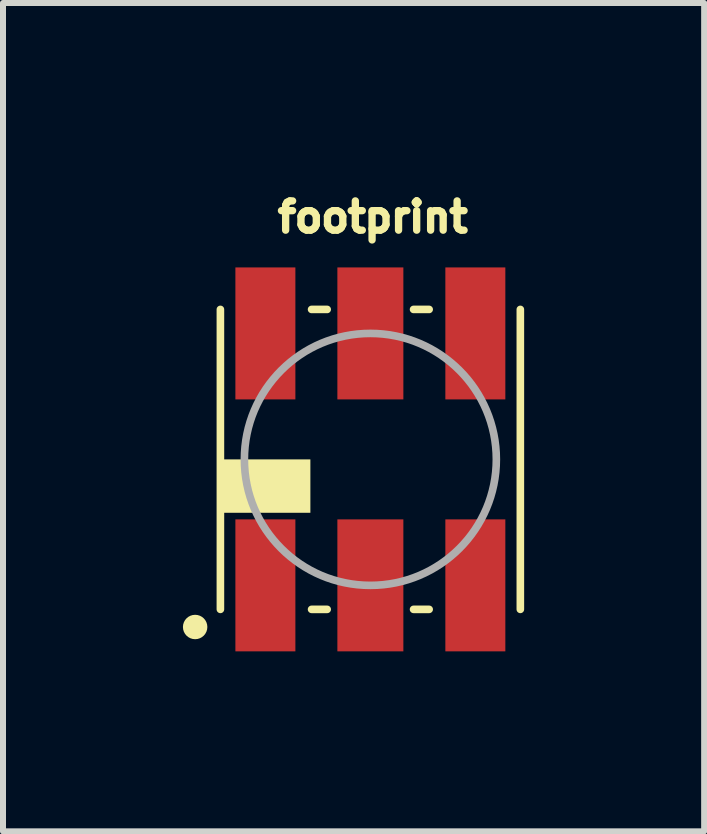
<source format=kicad_pcb>
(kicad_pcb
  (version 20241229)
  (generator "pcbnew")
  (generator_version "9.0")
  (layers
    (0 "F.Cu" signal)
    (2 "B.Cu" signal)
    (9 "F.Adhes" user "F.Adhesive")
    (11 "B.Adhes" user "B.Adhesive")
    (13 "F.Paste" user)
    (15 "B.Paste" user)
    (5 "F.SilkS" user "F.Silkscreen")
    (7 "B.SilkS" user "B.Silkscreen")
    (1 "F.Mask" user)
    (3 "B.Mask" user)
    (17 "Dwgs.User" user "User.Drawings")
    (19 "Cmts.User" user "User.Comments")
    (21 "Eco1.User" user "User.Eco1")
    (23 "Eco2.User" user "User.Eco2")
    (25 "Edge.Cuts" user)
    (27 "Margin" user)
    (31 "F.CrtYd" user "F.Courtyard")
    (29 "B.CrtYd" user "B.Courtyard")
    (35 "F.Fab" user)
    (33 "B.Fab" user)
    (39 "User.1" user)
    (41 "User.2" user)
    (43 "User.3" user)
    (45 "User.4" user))
  (footprint "footprint"
    (layer "F.Cu")
    (at 3.124 4.608)
    (property "Reference" "footprint" (at 0.04 -3.755 0) (layer "F.SilkS") (effects (font (size 0.488 0.488) (thickness 0.122)) (justify bottom)))
    (fp_line (start -2.5 2.5) (end -2.5 -2.5) (stroke (width 0.127) (type solid)) (layer "F.SilkS"))
    (fp_line (start -0.72 -2.5) (end -0.98 -2.5) (stroke (width 0.127) (type solid)) (layer "F.SilkS"))
    (fp_line (start -0.72 2.5) (end -0.98 2.5) (stroke (width 0.127) (type solid)) (layer "F.SilkS"))
    (fp_line (start 0.98 -2.5) (end 0.72 -2.5) (stroke (width 0.127) (type solid)) (layer "F.SilkS"))
    (fp_line (start 0.98 2.5) (end 0.72 2.5) (stroke (width 0.127) (type solid)) (layer "F.SilkS"))
    (fp_line (start 2.5 -2.5) (end 2.5 2.5) (stroke (width 0.127) (type solid)) (layer "F.SilkS"))
    (fp_circle (center -2.921 2.794) (end -2.819 2.794) (stroke (width 0.203) (type solid)) (fill yes) (layer "F.SilkS"))
    (fp_poly (pts (xy -2.55 0.89) (xy -1 0.89) (xy -1 0) (xy -2.55 0)) (stroke (width 0) (type solid)) (fill yes) (layer "F.SilkS"))
    (fp_poly (pts (xy -2.25 -1.125) (xy -1.5 -1.125) (xy -1.5 -3.2) (xy -2.25 -3.2)) (stroke (width 0) (type solid)) (fill yes) (layer "F.Paste"))
    (fp_poly (pts (xy -2.25 3.2) (xy -1.5 3.2) (xy -1.5 1.125) (xy -2.25 1.125)) (stroke (width 0) (type solid)) (fill yes) (layer "F.Paste"))
    (fp_poly (pts (xy -0.375 -1.125) (xy 0.375 -1.125) (xy 0.375 -3.2) (xy -0.375 -3.2)) (stroke (width 0) (type solid)) (fill yes) (layer "F.Paste"))
    (fp_poly (pts (xy -0.375 3.2) (xy 0.375 3.2) (xy 0.375 1.125) (xy -0.375 1.125)) (stroke (width 0) (type solid)) (fill yes) (layer "F.Paste"))
    (fp_poly (pts (xy 1.5 -1.125) (xy 2.25 -1.125) (xy 2.25 -3.2) (xy 1.5 -3.2)) (stroke (width 0) (type solid)) (fill yes) (layer "F.Paste"))
    (fp_poly (pts (xy 1.5 3.2) (xy 2.25 3.2) (xy 2.25 1.125) (xy 1.5 1.125)) (stroke (width 0) (type solid)) (fill yes) (layer "F.Paste"))
    (fp_circle (center 0 0) (end 2.1 0) (stroke (width 0.127) (type solid)) (fill no) (layer "F.Fab"))
    (pad "P1" smd rect (at -1.75 2.1 270) (size 2.2 1) (layers "F.Cu" "F.Mask"))
    (pad "P2" smd rect (at 0 2.1 270) (size 2.2 1.1) (layers "F.Cu" "F.Mask"))
    (pad "P3" smd rect (at 1.75 2.1 270) (size 2.2 1) (layers "F.Cu" "F.Mask"))
    (pad "P4" smd rect (at 1.75 -2.1 270) (size 2.2 1) (layers "F.Cu" "F.Mask"))
    (pad "P5" smd rect (at 0 -2.1 270) (size 2.2 1.1) (layers "F.Cu" "F.Mask"))
    (pad "P6" smd rect (at -1.75 -2.1 270) (size 2.2 1) (layers "F.Cu" "F.Mask")))
  (gr_rect
    (start -3 -3)
    (end 8.688 10.808)
    (stroke (width 0.1) (type default))
    (fill no)
    (layer "Edge.Cuts")))
</source>
